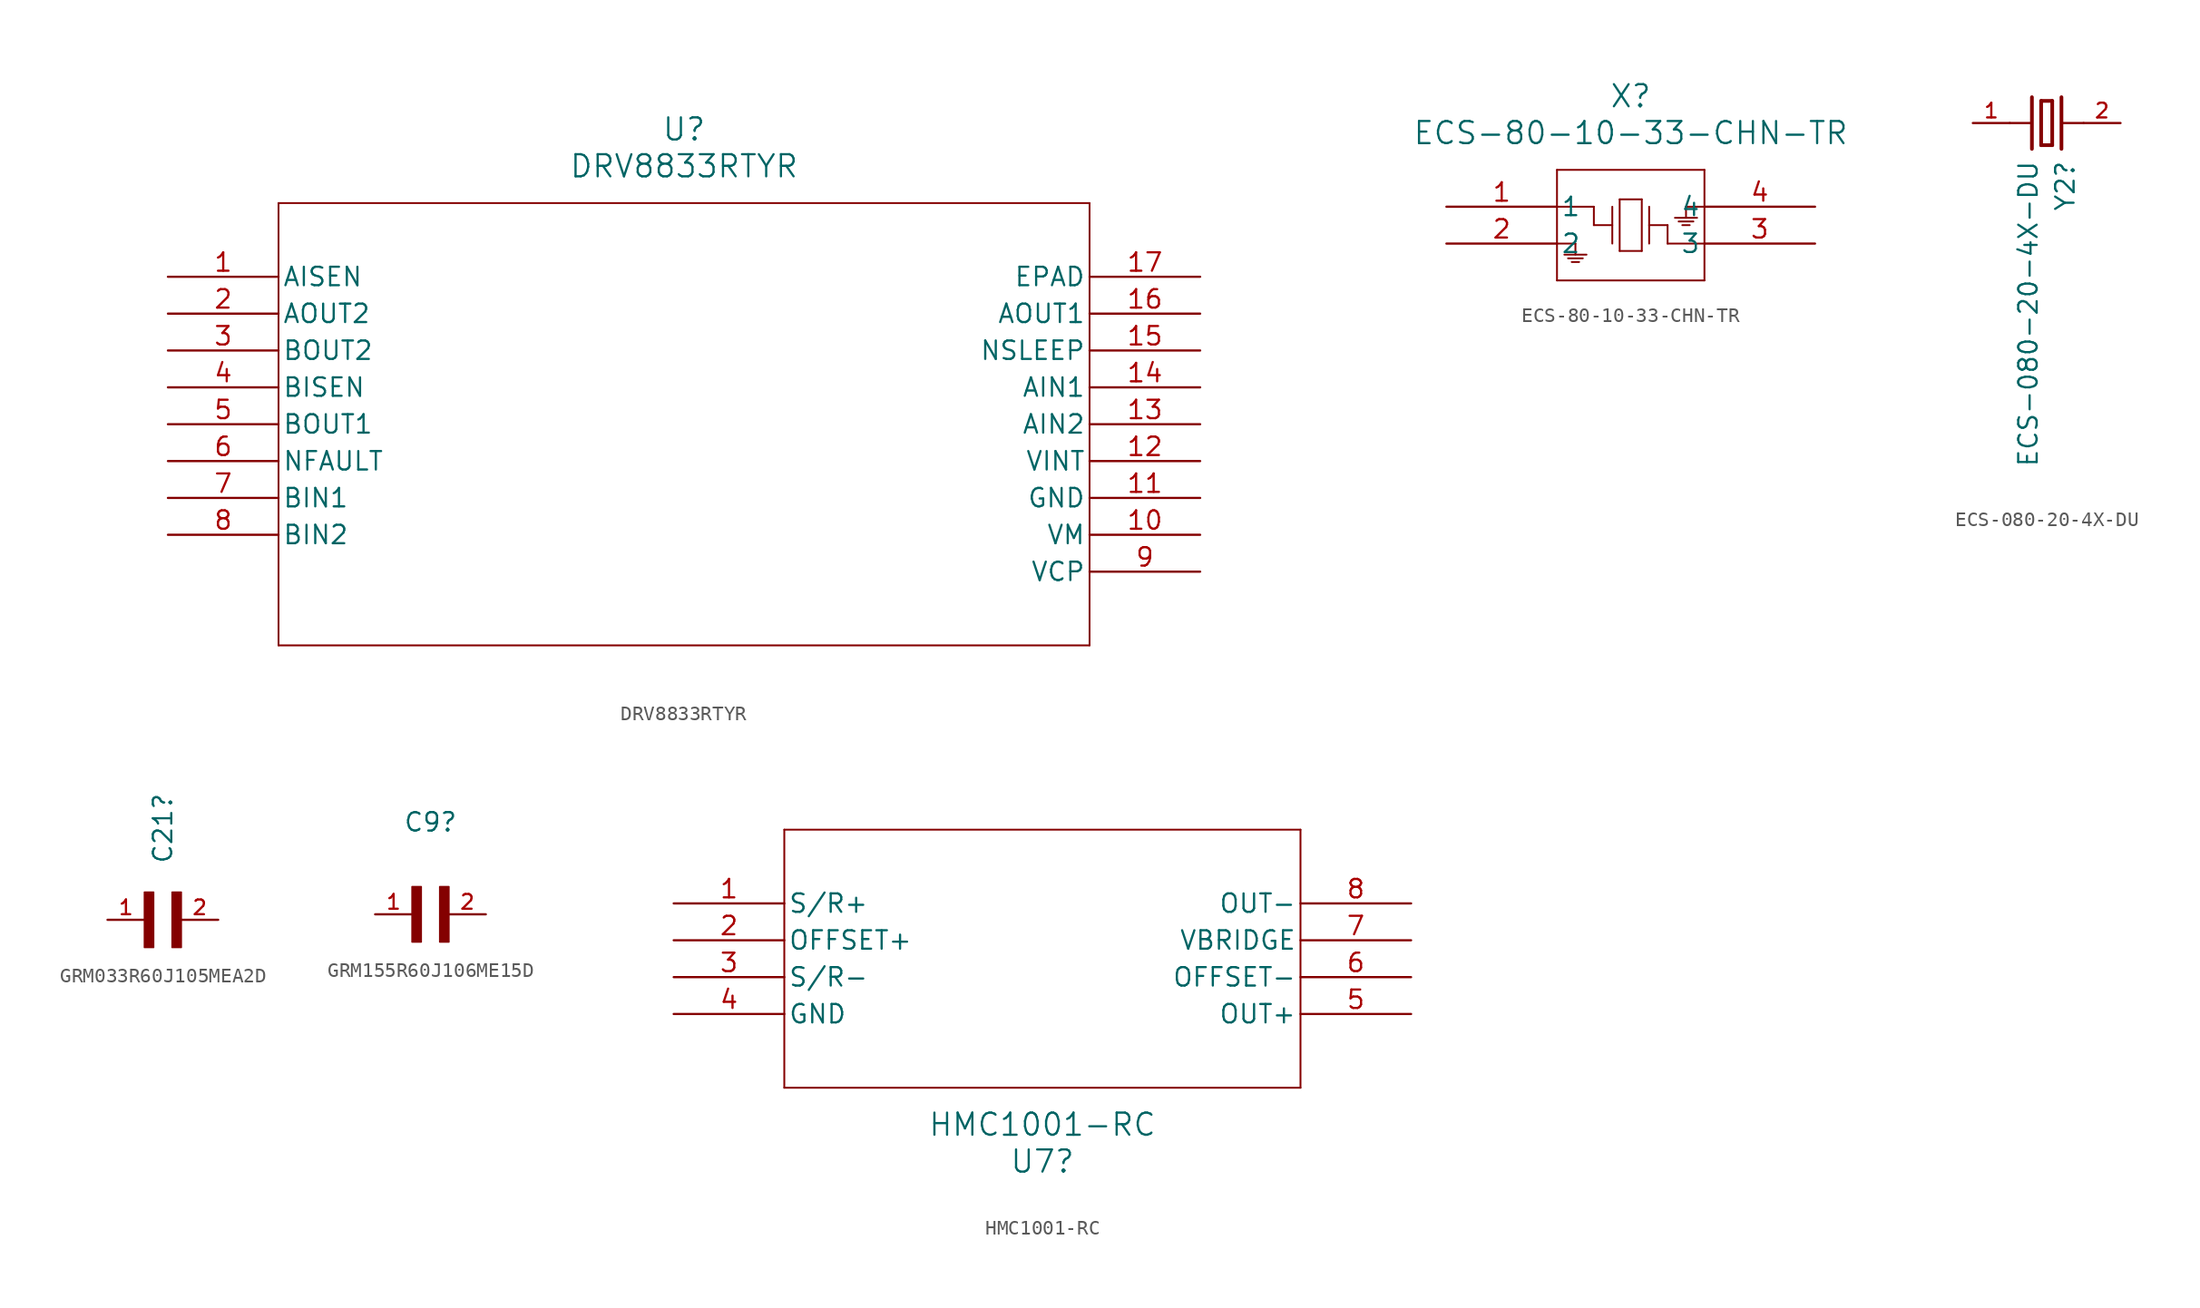
<source format=kicad_sym>
(kicad_symbol_lib
  (version 20231120)
  (generator "kicad_symbol_editor")
  (generator_version "8.0")
  (symbol "DRV8833RTYR"
    (pin_names
      (offset 0.254))
    (property "Reference" "U"
      (at 35.56 10.16 0)
      (effects (font (size 1.524 1.524))))
    (property "Value" "DRV8833RTYR"
      (at 35.56 7.62 0)
      (effects (font (size 1.524 1.524))))
    (symbol "DRV8833RTYR_0_1"
      (polyline (pts (xy 7.62 -25.4) (xy 63.5 -25.4)) (stroke (width 0.127) (type default)) (fill (type none)))
      (polyline (pts (xy 7.62 5.08) (xy 7.62 -25.4)) (stroke (width 0.127) (type default)) (fill (type none)))
      (polyline (pts (xy 63.5 -25.4) (xy 63.5 5.08)) (stroke (width 0.127) (type default)) (fill (type none)))
      (polyline (pts (xy 63.5 5.08) (xy 7.62 5.08)) (stroke (width 0.127) (type default)) (fill (type none)))
      (pin bidirectional line (at 0 0 0) (length 7.62) (name "AISEN" (effects (font (size 1.27 1.27)))) (number "1" (effects (font (size 1.27 1.27)))))
      (pin power_in line (at 71.12 -17.78 180) (length 7.62) (name "VM" (effects (font (size 1.27 1.27)))) (number "10" (effects (font (size 1.27 1.27)))))
      (pin power_in line (at 71.12 -15.24 180) (length 7.62) (name "GND" (effects (font (size 1.27 1.27)))) (number "11" (effects (font (size 1.27 1.27)))))
      (pin power_in line (at 71.12 -12.7 180) (length 7.62) (name "VINT" (effects (font (size 1.27 1.27)))) (number "12" (effects (font (size 1.27 1.27)))))
      (pin input line (at 71.12 -10.16 180) (length 7.62) (name "AIN2" (effects (font (size 1.27 1.27)))) (number "13" (effects (font (size 1.27 1.27)))))
      (pin input line (at 71.12 -7.62 180) (length 7.62) (name "AIN1" (effects (font (size 1.27 1.27)))) (number "14" (effects (font (size 1.27 1.27)))))
      (pin input line (at 71.12 -5.08 180) (length 7.62) (name "NSLEEP" (effects (font (size 1.27 1.27)))) (number "15" (effects (font (size 1.27 1.27)))))
      (pin output line (at 71.12 -2.54 180) (length 7.62) (name "AOUT1" (effects (font (size 1.27 1.27)))) (number "16" (effects (font (size 1.27 1.27)))))
      (pin unspecified line (at 71.12 0 180) (length 7.62) (name "EPAD" (effects (font (size 1.27 1.27)))) (number "17" (effects (font (size 1.27 1.27)))))
      (pin output line (at 0 -2.54 0) (length 7.62) (name "AOUT2" (effects (font (size 1.27 1.27)))) (number "2" (effects (font (size 1.27 1.27)))))
      (pin output line (at 0 -5.08 0) (length 7.62) (name "BOUT2" (effects (font (size 1.27 1.27)))) (number "3" (effects (font (size 1.27 1.27)))))
      (pin bidirectional line (at 0 -7.62 0) (length 7.62) (name "BISEN" (effects (font (size 1.27 1.27)))) (number "4" (effects (font (size 1.27 1.27)))))
      (pin output line (at 0 -10.16 0) (length 7.62) (name "BOUT1" (effects (font (size 1.27 1.27)))) (number "5" (effects (font (size 1.27 1.27)))))
      (pin output line (at 0 -12.7 0) (length 7.62) (name "NFAULT" (effects (font (size 1.27 1.27)))) (number "6" (effects (font (size 1.27 1.27)))))
      (pin input line (at 0 -15.24 0) (length 7.62) (name "BIN1" (effects (font (size 1.27 1.27)))) (number "7" (effects (font (size 1.27 1.27)))))
      (pin input line (at 0 -17.78 0) (length 7.62) (name "BIN2" (effects (font (size 1.27 1.27)))) (number "8" (effects (font (size 1.27 1.27)))))
      (pin bidirectional line (at 71.12 -20.32 180) (length 7.62) (name "VCP" (effects (font (size 1.27 1.27)))) (number "9" (effects (font (size 1.27 1.27)))))))
  (symbol "ECS-80-10-33-CHN-TR"
    (pin_names
      (offset 0.254))
    (property "Reference" "X"
      (at 12.7 7.62 0)
      (effects (font (size 1.524 1.524))))
    (property "Value" "ECS-80-10-33-CHN-TR"
      (at 12.7 5.08 0)
      (effects (font (size 1.524 1.524))))
    (symbol "ECS-80-10-33-CHN-TR_0_1"
      (polyline (pts (xy 7.62 -5.08) (xy 17.78 -5.08)) (stroke (width 0.127) (type default)) (fill (type none)))
      (polyline (pts (xy 7.62 -2.54) (xy 8.89 -2.54)) (stroke (width 0.127) (type default)) (fill (type none)))
      (polyline (pts (xy 7.62 2.54) (xy 7.62 -5.08)) (stroke (width 0.127) (type default)) (fill (type none)))
      (polyline (pts (xy 8.128 -3.302) (xy 9.652 -3.302)) (stroke (width 0.127) (type default)) (fill (type none)))
      (polyline (pts (xy 8.382 -3.556) (xy 9.398 -3.556)) (stroke (width 0.127) (type default)) (fill (type none)))
      (polyline (pts (xy 8.636 -3.81) (xy 9.144 -3.81)) (stroke (width 0.127) (type default)) (fill (type none)))
      (polyline (pts (xy 8.89 -2.54) (xy 8.89 -3.302)) (stroke (width 0.127) (type default)) (fill (type none)))
      (polyline (pts (xy 10.16 -1.27) (xy 10.16 0)) (stroke (width 0.127) (type default)) (fill (type none)))
      (polyline (pts (xy 10.16 0) (xy 7.62 0)) (stroke (width 0.127) (type default)) (fill (type none)))
      (polyline (pts (xy 11.43 -1.27) (xy 10.16 -1.27)) (stroke (width 0.127) (type default)) (fill (type none)))
      (polyline (pts (xy 11.43 0) (xy 11.43 -2.54)) (stroke (width 0.127) (type default)) (fill (type none)))
      (polyline (pts (xy 11.938 -3.048) (xy 13.462 -3.048)) (stroke (width 0.127) (type default)) (fill (type none)))
      (polyline (pts (xy 11.938 0.508) (xy 11.938 -3.048)) (stroke (width 0.127) (type default)) (fill (type none)))
      (polyline (pts (xy 13.462 -3.048) (xy 13.462 0.508)) (stroke (width 0.127) (type default)) (fill (type none)))
      (polyline (pts (xy 13.462 0.508) (xy 11.938 0.508)) (stroke (width 0.127) (type default)) (fill (type none)))
      (polyline (pts (xy 13.97 -1.27) (xy 15.24 -1.27)) (stroke (width 0.127) (type default)) (fill (type none)))
      (polyline (pts (xy 13.97 0) (xy 13.97 -2.54)) (stroke (width 0.127) (type default)) (fill (type none)))
      (polyline (pts (xy 15.24 -2.54) (xy 17.78 -2.54)) (stroke (width 0.127) (type default)) (fill (type none)))
      (polyline (pts (xy 15.24 -1.27) (xy 15.24 -2.54)) (stroke (width 0.127) (type default)) (fill (type none)))
      (polyline (pts (xy 16.51 0) (xy 16.51 -0.762)) (stroke (width 0.127) (type default)) (fill (type none)))
      (polyline (pts (xy 16.764 -1.27) (xy 16.256 -1.27)) (stroke (width 0.127) (type default)) (fill (type none)))
      (polyline (pts (xy 17.018 -1.016) (xy 16.002 -1.016)) (stroke (width 0.127) (type default)) (fill (type none)))
      (polyline (pts (xy 17.272 -0.762) (xy 15.748 -0.762)) (stroke (width 0.127) (type default)) (fill (type none)))
      (polyline (pts (xy 17.78 -5.08) (xy 17.78 2.54)) (stroke (width 0.127) (type default)) (fill (type none)))
      (polyline (pts (xy 17.78 0) (xy 16.51 0)) (stroke (width 0.127) (type default)) (fill (type none)))
      (polyline (pts (xy 17.78 2.54) (xy 7.62 2.54)) (stroke (width 0.127) (type default)) (fill (type none)))
      (pin unspecified line (at 0 0 0) (length 7.62) (name "1" (effects (font (size 1.27 1.27)))) (number "1" (effects (font (size 1.27 1.27)))))
      (pin unspecified line (at 0 -2.54 0) (length 7.62) (name "2" (effects (font (size 1.27 1.27)))) (number "2" (effects (font (size 1.27 1.27)))))
      (pin unspecified line (at 25.4 -2.54 180) (length 7.62) (name "3" (effects (font (size 1.27 1.27)))) (number "3" (effects (font (size 1.27 1.27)))))
      (pin unspecified line (at 25.4 0 180) (length 7.62) (name "4" (effects (font (size 1.27 1.27)))) (number "4" (effects (font (size 1.27 1.27)))))))
  (symbol "ECS-080-20-4X-DU"
    (pin_names
      (offset 1.016))
    (property "Reference" "Y2"
      (at 1.27 -2.54 90)
      (effects (font (size 1.27 1.27)) (justify right)))
    (property "Value" "ECS-080-20-4X-DU"
      (at -1.27 -2.54 90)
      (effects (font (size 1.27 1.27)) (justify right)))
    (symbol "ECS-080-20-4X-DU_0_0"
      (polyline (pts (xy -2.54 0) (xy -1.016 0)) (stroke (width 0.152) (type default)) (fill (type none)))
      (polyline (pts (xy -1.016 1.778) (xy -1.016 -1.778)) (stroke (width 0.254) (type default)) (fill (type none)))
      (polyline (pts (xy -0.381 -1.524) (xy 0.381 -1.524)) (stroke (width 0.254) (type default)) (fill (type none)))
      (polyline (pts (xy -0.381 1.524) (xy -0.381 -1.524)) (stroke (width 0.254) (type default)) (fill (type none)))
      (polyline (pts (xy 0.381 -1.524) (xy 0.381 1.524)) (stroke (width 0.254) (type default)) (fill (type none)))
      (polyline (pts (xy 0.381 1.524) (xy -0.381 1.524)) (stroke (width 0.254) (type default)) (fill (type none)))
      (polyline (pts (xy 1.016 0) (xy 2.54 0)) (stroke (width 0.152) (type default)) (fill (type none)))
      (polyline (pts (xy 1.016 1.778) (xy 1.016 -1.778)) (stroke (width 0.254) (type default)) (fill (type none)))
      (pin passive line (at -5.08 0 0) (length 2.54) (name "~" (effects (font (size 1.016 1.016)))) (number "1" (effects (font (size 1.016 1.016)))))
      (pin passive line (at 5.08 0 180) (length 2.54) (name "~" (effects (font (size 1.016 1.016)))) (number "2" (effects (font (size 1.016 1.016)))))))
  (symbol "GRM033R60J105MEA2D"
    (pin_names
      (offset 1.016))
    (property "Reference" "C21"
      (at 1.27 3.81 90)
      (effects (font (size 1.27 1.27)) (justify left)))
    (symbol "GRM033R60J105MEA2D_0_0"
      (rectangle (start 0 -1.907) (end 0.635 1.905) (stroke (width 0.1) (type default)) (fill (type outline)))
      (rectangle (start 1.907 -1.907) (end 2.54 1.905) (stroke (width 0.1) (type default)) (fill (type outline)))
      (pin passive line (at -2.54 0 0) (length 2.54) (name "~" (effects (font (size 1.016 1.016)))) (number "1" (effects (font (size 1.016 1.016)))))
      (pin passive line (at 5.08 0 180) (length 2.54) (name "~" (effects (font (size 1.016 1.016)))) (number "2" (effects (font (size 1.016 1.016)))))))
  (symbol "GRM155R60J106ME15D"
    (pin_names
      (offset 1.016))
    (property "Reference" "C9"
      (at 1.27 6.35 0)
      (effects (font (size 1.27 1.27))))
    (symbol "GRM155R60J106ME15D_0_0"
      (rectangle (start 0 -1.907) (end 0.635 1.905) (stroke (width 0.1) (type default)) (fill (type outline)))
      (rectangle (start 1.907 -1.907) (end 2.54 1.905) (stroke (width 0.1) (type default)) (fill (type outline)))
      (pin passive line (at -2.54 0 0) (length 2.54) (name "~" (effects (font (size 1.016 1.016)))) (number "1" (effects (font (size 1.016 1.016)))))
      (pin passive line (at 5.08 0 180) (length 2.54) (name "~" (effects (font (size 1.016 1.016)))) (number "2" (effects (font (size 1.016 1.016)))))))
  (symbol "HMC1001-RC"
    (pin_names
      (offset 0.254))
    (property "Reference" "U7"
      (at 25.4 -17.78 0)
      (effects (font (size 1.524 1.524))))
    (property "Value" "HMC1001-RC"
      (at 25.4 -15.24 0)
      (effects (font (size 1.524 1.524))))
    (symbol "HMC1001-RC_0_1"
      (polyline (pts (xy 7.62 -12.7) (xy 43.18 -12.7)) (stroke (width 0.127) (type default)) (fill (type none)))
      (polyline (pts (xy 7.62 5.08) (xy 7.62 -12.7)) (stroke (width 0.127) (type default)) (fill (type none)))
      (polyline (pts (xy 43.18 -12.7) (xy 43.18 5.08)) (stroke (width 0.127) (type default)) (fill (type none)))
      (polyline (pts (xy 43.18 5.08) (xy 7.62 5.08)) (stroke (width 0.127) (type default)) (fill (type none)))
      (pin power_out line (at 0 -7.62 0) (length 7.62) (name "GND" (effects (font (size 1.27 1.27)))) (number "4" (effects (font (size 1.27 1.27)))))
      (pin output line (at 50.8 -7.62 180) (length 7.62) (name "OUT+" (effects (font (size 1.27 1.27)))) (number "5" (effects (font (size 1.27 1.27))))))
    (symbol "HMC1001-RC_1_1"
      (pin passive line (at 0 0 0) (length 7.62) (name "S/R+" (effects (font (size 1.27 1.27)))) (number "1" (effects (font (size 1.27 1.27)))))
      (pin passive line (at 0 -2.54 0) (length 7.62) (name "OFFSET+" (effects (font (size 1.27 1.27)))) (number "2" (effects (font (size 1.27 1.27)))))
      (pin passive line (at 0 -5.08 0) (length 7.62) (name "S/R-" (effects (font (size 1.27 1.27)))) (number "3" (effects (font (size 1.27 1.27)))))
      (pin passive line (at 50.8 -5.08 180) (length 7.62) (name "OFFSET-" (effects (font (size 1.27 1.27)))) (number "6" (effects (font (size 1.27 1.27)))))
      (pin power_in line (at 50.8 -2.54 180) (length 7.62) (name "VBRIDGE" (effects (font (size 1.27 1.27)))) (number "7" (effects (font (size 1.27 1.27)))))
      (pin power_in line (at 50.8 0 180) (length 7.62) (name "OUT-" (effects (font (size 1.27 1.27)))) (number "8" (effects (font (size 1.27 1.27))))))))
</source>
